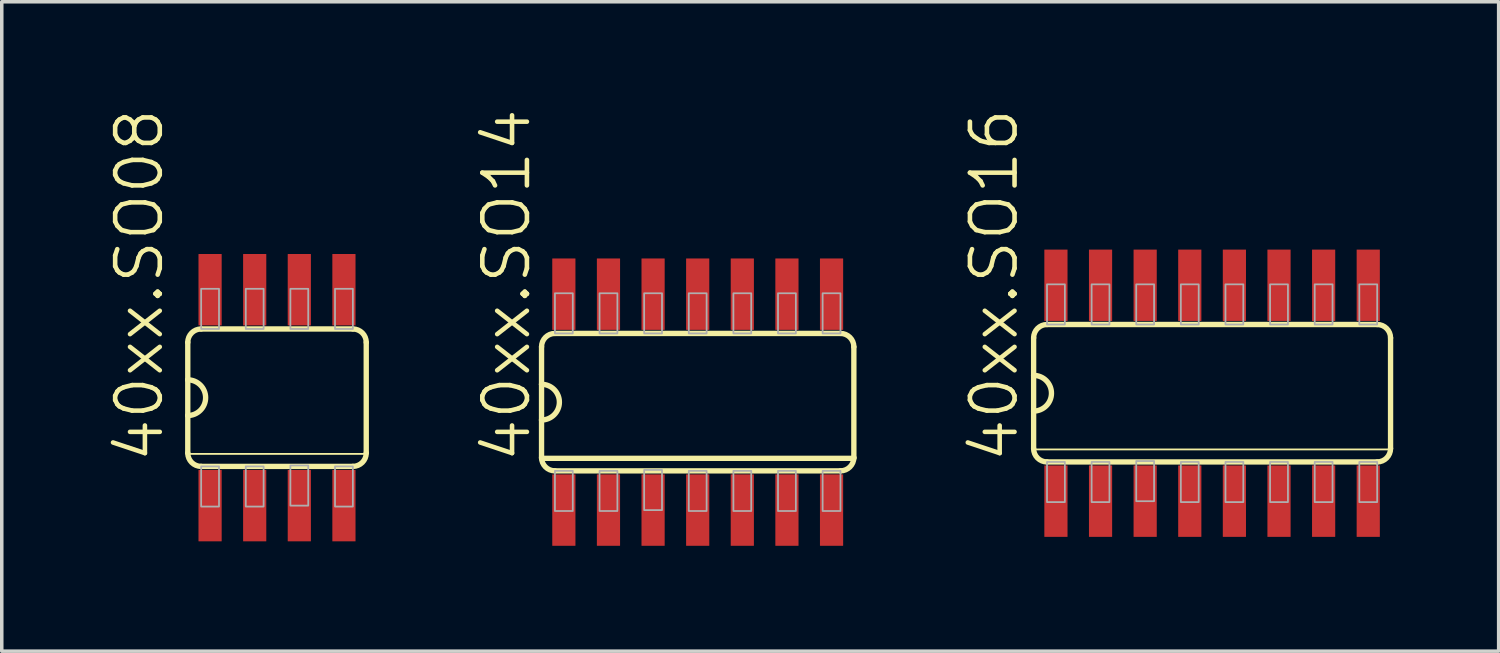
<source format=kicad_pcb>
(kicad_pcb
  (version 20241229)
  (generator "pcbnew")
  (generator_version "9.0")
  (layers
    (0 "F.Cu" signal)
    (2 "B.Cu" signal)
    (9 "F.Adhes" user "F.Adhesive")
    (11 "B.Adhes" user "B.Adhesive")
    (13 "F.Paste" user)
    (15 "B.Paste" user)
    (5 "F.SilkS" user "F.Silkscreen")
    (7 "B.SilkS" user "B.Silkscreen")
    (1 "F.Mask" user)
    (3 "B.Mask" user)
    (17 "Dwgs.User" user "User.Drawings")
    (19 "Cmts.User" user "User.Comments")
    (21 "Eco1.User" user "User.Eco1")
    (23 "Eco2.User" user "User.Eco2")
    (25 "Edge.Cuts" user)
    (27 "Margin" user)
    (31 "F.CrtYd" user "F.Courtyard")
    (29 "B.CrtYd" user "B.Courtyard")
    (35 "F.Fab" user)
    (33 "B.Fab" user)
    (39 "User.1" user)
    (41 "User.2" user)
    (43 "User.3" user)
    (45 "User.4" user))
  (footprint "40xx.SO08"
    (layer "F.Cu")
    (at 4.835 8.27)
    (property "Reference" "40xx.SO08" (at -3.175 1.905 90) (layer "F.SilkS") (effects (font (size 1.27 1.27) (thickness 0.13)) (justify left bottom)))
    (attr smd)
    (fp_line (start -2.54 -1.575) (end -2.54 -0.508) (stroke (width 0.152) (type default)) (layer "F.SilkS"))
    (fp_line (start -2.54 -0.508) (end -2.54 0.508) (stroke (width 0.152) (type default)) (layer "F.SilkS"))
    (fp_line (start -2.54 0.508) (end -2.54 1.575) (stroke (width 0.152) (type default)) (layer "F.SilkS"))
    (fp_line (start -2.54 1.6) (end 2.54 1.6) (stroke (width 0.051) (type default)) (layer "F.SilkS"))
    (fp_line (start -2.159 1.956) (end 2.159 1.956) (stroke (width 0.152) (type default)) (layer "F.SilkS"))
    (fp_line (start 2.159 -1.956) (end -2.159 -1.956) (stroke (width 0.152) (type default)) (layer "F.SilkS"))
    (fp_line (start 2.54 1.575) (end 2.54 -1.575) (stroke (width 0.152) (type default)) (layer "F.SilkS"))
    (fp_arc (start -2.54 -1.5748) (mid -2.428408 -1.844208) (end -2.159 -1.9558) (stroke (width 0.1524) (type default)) (layer "F.SilkS"))
    (fp_arc (start -2.54 -0.508) (mid -2.032 0) (end -2.54 0.508) (stroke (width 0.1524) (type default)) (layer "F.SilkS"))
    (fp_arc (start -2.159 1.9558) (mid -2.428408 1.844208) (end -2.54 1.5748) (stroke (width 0.1524) (type default)) (layer "F.SilkS"))
    (fp_arc (start 2.159 -1.9558) (mid 2.428408 -1.844208) (end 2.54 -1.5748) (stroke (width 0.1524) (type default)) (layer "F.SilkS"))
    (fp_arc (start 2.54 1.5748) (mid 2.428408 1.844208) (end 2.159 1.9558) (stroke (width 0.1524) (type default)) (layer "F.SilkS"))
    (fp_rect (start -2.159 -1.956) (end -1.651 -3.099) (stroke (width 0.05) (type default)) (fill no) (layer "F.Fab"))
    (fp_rect (start -2.159 3.099) (end -1.651 1.956) (stroke (width 0.05) (type default)) (fill no) (layer "F.Fab"))
    (fp_rect (start -0.889 -1.956) (end -0.381 -3.099) (stroke (width 0.05) (type default)) (fill no) (layer "F.Fab"))
    (fp_rect (start -0.889 3.099) (end -0.381 1.956) (stroke (width 0.05) (type default)) (fill no) (layer "F.Fab"))
    (fp_rect (start 0.381 -1.956) (end 0.889 -3.099) (stroke (width 0.05) (type default)) (fill no) (layer "F.Fab"))
    (fp_rect (start 0.381 3.073) (end 0.889 1.93) (stroke (width 0.05) (type default)) (fill no) (layer "F.Fab"))
    (fp_rect (start 1.651 -1.956) (end 2.159 -3.099) (stroke (width 0.05) (type default)) (fill no) (layer "F.Fab"))
    (fp_rect (start 1.651 3.099) (end 2.159 1.956) (stroke (width 0.05) (type default)) (fill no) (layer "F.Fab"))
    (pad "1" smd roundrect (at -1.905 3.073) (size 0.66 2.032) (layers "F.Cu" "F.Mask" "F.Paste") (roundrect_rratio 0.01))
    (pad "2" smd roundrect (at -0.635 3.073) (size 0.66 2.032) (layers "F.Cu" "F.Mask" "F.Paste") (roundrect_rratio 0.01))
    (pad "3" smd roundrect (at 0.635 3.073) (size 0.66 2.032) (layers "F.Cu" "F.Mask" "F.Paste") (roundrect_rratio 0.01))
    (pad "4" smd roundrect (at 1.905 3.073) (size 0.66 2.032) (layers "F.Cu" "F.Mask" "F.Paste") (roundrect_rratio 0.01))
    (pad "5" smd roundrect (at 1.905 -3.073) (size 0.66 2.032) (layers "F.Cu" "F.Mask" "F.Paste") (roundrect_rratio 0.01))
    (pad "6" smd roundrect (at 0.635 -3.073) (size 0.66 2.032) (layers "F.Cu" "F.Mask" "F.Paste") (roundrect_rratio 0.01))
    (pad "7" smd roundrect (at -0.635 -3.073) (size 0.66 2.032) (layers "F.Cu" "F.Mask" "F.Paste") (roundrect_rratio 0.01))
    (pad "8" smd roundrect (at -1.905 -3.073) (size 0.66 2.032) (layers "F.Cu" "F.Mask" "F.Paste") (roundrect_rratio 0.01)))
  (footprint "40xx.SO14"
    (layer "F.Cu")
    (at 16.81 8.397)
    (property "Reference" "40xx.SO14" (at -4.699 1.778 90) (layer "F.SilkS") (effects (font (size 1.27 1.27) (thickness 0.13)) (justify left bottom)))
    (attr smd)
    (fp_line (start -4.445 -1.575) (end -4.445 -0.508) (stroke (width 0.152) (type default)) (layer "F.SilkS"))
    (fp_line (start -4.445 -0.508) (end -4.445 0.508) (stroke (width 0.152) (type default)) (layer "F.SilkS"))
    (fp_line (start -4.445 0.508) (end -4.445 1.575) (stroke (width 0.152) (type default)) (layer "F.SilkS"))
    (fp_line (start -4.445 1.6) (end 4.445 1.6) (stroke (width 0.152) (type default)) (layer "F.SilkS"))
    (fp_line (start -4.064 1.956) (end 4.064 1.956) (stroke (width 0.152) (type default)) (layer "F.SilkS"))
    (fp_line (start 4.064 -1.956) (end -4.064 -1.956) (stroke (width 0.152) (type default)) (layer "F.SilkS"))
    (fp_line (start 4.445 1.575) (end 4.445 -1.575) (stroke (width 0.152) (type default)) (layer "F.SilkS"))
    (fp_arc (start -4.445 -1.5748) (mid -4.333408 -1.844208) (end -4.064 -1.9558) (stroke (width 0.1524) (type default)) (layer "F.SilkS"))
    (fp_arc (start -4.445 -0.508) (mid -3.937 0) (end -4.445 0.508) (stroke (width 0.1524) (type default)) (layer "F.SilkS"))
    (fp_arc (start -4.064 1.9558) (mid -4.333408 1.844208) (end -4.445 1.5748) (stroke (width 0.1524) (type default)) (layer "F.SilkS"))
    (fp_arc (start 4.064 -1.9558) (mid 4.333408 -1.844208) (end 4.445 -1.5748) (stroke (width 0.1524) (type default)) (layer "F.SilkS"))
    (fp_arc (start 4.445 1.5748) (mid 4.333408 1.844208) (end 4.064 1.9558) (stroke (width 0.1524) (type default)) (layer "F.SilkS"))
    (fp_rect (start -4.064 -1.956) (end -3.556 -3.099) (stroke (width 0.05) (type default)) (fill no) (layer "F.Fab"))
    (fp_rect (start -4.064 3.099) (end -3.556 1.956) (stroke (width 0.05) (type default)) (fill no) (layer "F.Fab"))
    (fp_rect (start -2.794 -1.956) (end -2.286 -3.099) (stroke (width 0.05) (type default)) (fill no) (layer "F.Fab"))
    (fp_rect (start -2.794 3.099) (end -2.286 1.956) (stroke (width 0.05) (type default)) (fill no) (layer "F.Fab"))
    (fp_rect (start -1.524 -1.956) (end -1.016 -3.099) (stroke (width 0.05) (type default)) (fill no) (layer "F.Fab"))
    (fp_rect (start -1.524 3.073) (end -1.016 1.93) (stroke (width 0.05) (type default)) (fill no) (layer "F.Fab"))
    (fp_rect (start -0.254 -1.956) (end 0.254 -3.099) (stroke (width 0.05) (type default)) (fill no) (layer "F.Fab"))
    (fp_rect (start -0.254 3.099) (end 0.254 1.956) (stroke (width 0.05) (type default)) (fill no) (layer "F.Fab"))
    (fp_rect (start 1.016 -1.956) (end 1.524 -3.099) (stroke (width 0.05) (type default)) (fill no) (layer "F.Fab"))
    (fp_rect (start 1.016 3.099) (end 1.524 1.956) (stroke (width 0.05) (type default)) (fill no) (layer "F.Fab"))
    (fp_rect (start 2.286 -1.956) (end 2.794 -3.099) (stroke (width 0.05) (type default)) (fill no) (layer "F.Fab"))
    (fp_rect (start 2.286 3.099) (end 2.794 1.956) (stroke (width 0.05) (type default)) (fill no) (layer "F.Fab"))
    (fp_rect (start 3.556 -1.956) (end 4.064 -3.099) (stroke (width 0.05) (type default)) (fill no) (layer "F.Fab"))
    (fp_rect (start 3.556 3.099) (end 4.064 1.956) (stroke (width 0.05) (type default)) (fill no) (layer "F.Fab"))
    (pad "1" smd roundrect (at -3.81 3.073) (size 0.66 2.032) (layers "F.Cu" "F.Mask" "F.Paste") (roundrect_rratio 0.01))
    (pad "2" smd roundrect (at -2.54 3.073) (size 0.66 2.032) (layers "F.Cu" "F.Mask" "F.Paste") (roundrect_rratio 0.01))
    (pad "3" smd roundrect (at -1.27 3.073) (size 0.66 2.032) (layers "F.Cu" "F.Mask" "F.Paste") (roundrect_rratio 0.01))
    (pad "4" smd roundrect (at 0 3.073) (size 0.66 2.032) (layers "F.Cu" "F.Mask" "F.Paste") (roundrect_rratio 0.01))
    (pad "5" smd roundrect (at 1.27 3.073) (size 0.66 2.032) (layers "F.Cu" "F.Mask" "F.Paste") (roundrect_rratio 0.01))
    (pad "6" smd roundrect (at 2.54 3.073) (size 0.66 2.032) (layers "F.Cu" "F.Mask" "F.Paste") (roundrect_rratio 0.01))
    (pad "7" smd roundrect (at 3.81 3.073) (size 0.66 2.032) (layers "F.Cu" "F.Mask" "F.Paste") (roundrect_rratio 0.01))
    (pad "8" smd roundrect (at 3.81 -3.073) (size 0.66 2.032) (layers "F.Cu" "F.Mask" "F.Paste") (roundrect_rratio 0.01))
    (pad "9" smd roundrect (at 2.54 -3.073) (size 0.66 2.032) (layers "F.Cu" "F.Mask" "F.Paste") (roundrect_rratio 0.01))
    (pad "10" smd roundrect (at 1.27 -3.073) (size 0.66 2.032) (layers "F.Cu" "F.Mask" "F.Paste") (roundrect_rratio 0.01))
    (pad "11" smd roundrect (at 0 -3.073) (size 0.66 2.032) (layers "F.Cu" "F.Mask" "F.Paste") (roundrect_rratio 0.01))
    (pad "12" smd roundrect (at -1.27 -3.073) (size 0.66 2.032) (layers "F.Cu" "F.Mask" "F.Paste") (roundrect_rratio 0.01))
    (pad "13" smd roundrect (at -2.54 -3.073) (size 0.66 2.032) (layers "F.Cu" "F.Mask" "F.Paste") (roundrect_rratio 0.01))
    (pad "14" smd roundrect (at -3.81 -3.073) (size 0.66 2.032) (layers "F.Cu" "F.Mask" "F.Paste") (roundrect_rratio 0.01)))
  (footprint "40xx.SO16"
    (layer "F.Cu")
    (at 31.452 8.143)
    (property "Reference" "40xx.SO16" (at -5.461 2.032 90) (layer "F.SilkS") (effects (font (size 1.27 1.27) (thickness 0.13)) (justify left bottom)))
    (attr smd)
    (fp_line (start -5.08 -1.575) (end -5.08 -0.508) (stroke (width 0.152) (type default)) (layer "F.SilkS"))
    (fp_line (start -5.08 -0.508) (end -5.08 0.508) (stroke (width 0.152) (type default)) (layer "F.SilkS"))
    (fp_line (start -5.08 0.508) (end -5.08 1.575) (stroke (width 0.152) (type default)) (layer "F.SilkS"))
    (fp_line (start -5.08 1.6) (end 5.08 1.6) (stroke (width 0.051) (type default)) (layer "F.SilkS"))
    (fp_line (start -4.699 1.956) (end 4.699 1.956) (stroke (width 0.152) (type default)) (layer "F.SilkS"))
    (fp_line (start 4.699 -1.956) (end -4.699 -1.956) (stroke (width 0.152) (type default)) (layer "F.SilkS"))
    (fp_line (start 5.08 1.575) (end 5.08 -1.575) (stroke (width 0.152) (type default)) (layer "F.SilkS"))
    (fp_arc (start -5.08 -1.5748) (mid -4.968408 -1.844208) (end -4.699 -1.9558) (stroke (width 0.1524) (type default)) (layer "F.SilkS"))
    (fp_arc (start -5.08 -0.508) (mid -4.572 0) (end -5.08 0.508) (stroke (width 0.1524) (type default)) (layer "F.SilkS"))
    (fp_arc (start -4.699 1.9558) (mid -4.968408 1.844208) (end -5.08 1.5748) (stroke (width 0.1524) (type default)) (layer "F.SilkS"))
    (fp_arc (start 4.699 -1.9558) (mid 4.968408 -1.844208) (end 5.08 -1.5748) (stroke (width 0.1524) (type default)) (layer "F.SilkS"))
    (fp_arc (start 5.08 1.5748) (mid 4.968408 1.844208) (end 4.699 1.9558) (stroke (width 0.1524) (type default)) (layer "F.SilkS"))
    (fp_rect (start -4.699 -1.956) (end -4.191 -3.099) (stroke (width 0.05) (type default)) (fill no) (layer "F.Fab"))
    (fp_rect (start -4.699 3.099) (end -4.191 1.956) (stroke (width 0.05) (type default)) (fill no) (layer "F.Fab"))
    (fp_rect (start -3.429 -1.956) (end -2.921 -3.099) (stroke (width 0.05) (type default)) (fill no) (layer "F.Fab"))
    (fp_rect (start -3.429 3.099) (end -2.921 1.956) (stroke (width 0.05) (type default)) (fill no) (layer "F.Fab"))
    (fp_rect (start -2.159 -1.956) (end -1.651 -3.099) (stroke (width 0.05) (type default)) (fill no) (layer "F.Fab"))
    (fp_rect (start -2.159 3.073) (end -1.651 1.93) (stroke (width 0.05) (type default)) (fill no) (layer "F.Fab"))
    (fp_rect (start -0.889 -1.956) (end -0.381 -3.099) (stroke (width 0.05) (type default)) (fill no) (layer "F.Fab"))
    (fp_rect (start -0.889 3.099) (end -0.381 1.956) (stroke (width 0.05) (type default)) (fill no) (layer "F.Fab"))
    (fp_rect (start 0.381 -1.956) (end 0.889 -3.099) (stroke (width 0.05) (type default)) (fill no) (layer "F.Fab"))
    (fp_rect (start 0.381 3.099) (end 0.889 1.956) (stroke (width 0.05) (type default)) (fill no) (layer "F.Fab"))
    (fp_rect (start 1.651 -1.956) (end 2.159 -3.099) (stroke (width 0.05) (type default)) (fill no) (layer "F.Fab"))
    (fp_rect (start 1.651 3.099) (end 2.159 1.956) (stroke (width 0.05) (type default)) (fill no) (layer "F.Fab"))
    (fp_rect (start 2.921 -1.956) (end 3.429 -3.099) (stroke (width 0.05) (type default)) (fill no) (layer "F.Fab"))
    (fp_rect (start 2.921 3.099) (end 3.429 1.956) (stroke (width 0.05) (type default)) (fill no) (layer "F.Fab"))
    (fp_rect (start 4.191 -1.956) (end 4.699 -3.099) (stroke (width 0.05) (type default)) (fill no) (layer "F.Fab"))
    (fp_rect (start 4.191 3.099) (end 4.699 1.956) (stroke (width 0.05) (type default)) (fill no) (layer "F.Fab"))
    (pad "1" smd roundrect (at -4.445 3.073) (size 0.66 2.032) (layers "F.Cu" "F.Mask" "F.Paste") (roundrect_rratio 0.01))
    (pad "2" smd roundrect (at -3.175 3.073) (size 0.66 2.032) (layers "F.Cu" "F.Mask" "F.Paste") (roundrect_rratio 0.01))
    (pad "3" smd roundrect (at -1.905 3.073) (size 0.66 2.032) (layers "F.Cu" "F.Mask" "F.Paste") (roundrect_rratio 0.01))
    (pad "4" smd roundrect (at -0.635 3.073) (size 0.66 2.032) (layers "F.Cu" "F.Mask" "F.Paste") (roundrect_rratio 0.01))
    (pad "5" smd roundrect (at 0.635 3.073) (size 0.66 2.032) (layers "F.Cu" "F.Mask" "F.Paste") (roundrect_rratio 0.01))
    (pad "6" smd roundrect (at 1.905 3.073) (size 0.66 2.032) (layers "F.Cu" "F.Mask" "F.Paste") (roundrect_rratio 0.01))
    (pad "7" smd roundrect (at 3.175 3.073) (size 0.66 2.032) (layers "F.Cu" "F.Mask" "F.Paste") (roundrect_rratio 0.01))
    (pad "8" smd roundrect (at 4.445 3.073) (size 0.66 2.032) (layers "F.Cu" "F.Mask" "F.Paste") (roundrect_rratio 0.01))
    (pad "9" smd roundrect (at 4.445 -3.073) (size 0.66 2.032) (layers "F.Cu" "F.Mask" "F.Paste") (roundrect_rratio 0.01))
    (pad "10" smd roundrect (at 3.175 -3.073) (size 0.66 2.032) (layers "F.Cu" "F.Mask" "F.Paste") (roundrect_rratio 0.01))
    (pad "11" smd roundrect (at 1.905 -3.073) (size 0.66 2.032) (layers "F.Cu" "F.Mask" "F.Paste") (roundrect_rratio 0.01))
    (pad "12" smd roundrect (at 0.635 -3.073) (size 0.66 2.032) (layers "F.Cu" "F.Mask" "F.Paste") (roundrect_rratio 0.01))
    (pad "13" smd roundrect (at -0.635 -3.073) (size 0.66 2.032) (layers "F.Cu" "F.Mask" "F.Paste") (roundrect_rratio 0.01))
    (pad "14" smd roundrect (at -1.905 -3.073) (size 0.66 2.032) (layers "F.Cu" "F.Mask" "F.Paste") (roundrect_rratio 0.01))
    (pad "15" smd roundrect (at -3.175 -3.073) (size 0.66 2.032) (layers "F.Cu" "F.Mask" "F.Paste") (roundrect_rratio 0.01))
    (pad "16" smd roundrect (at -4.445 -3.073) (size 0.66 2.032) (layers "F.Cu" "F.Mask" "F.Paste") (roundrect_rratio 0.01)))
  (gr_rect
    (start -3 -3)
    (end 39.609 15.486)
    (stroke (width 0.1) (type default))
    (fill no)
    (layer "Edge.Cuts")))
</source>
